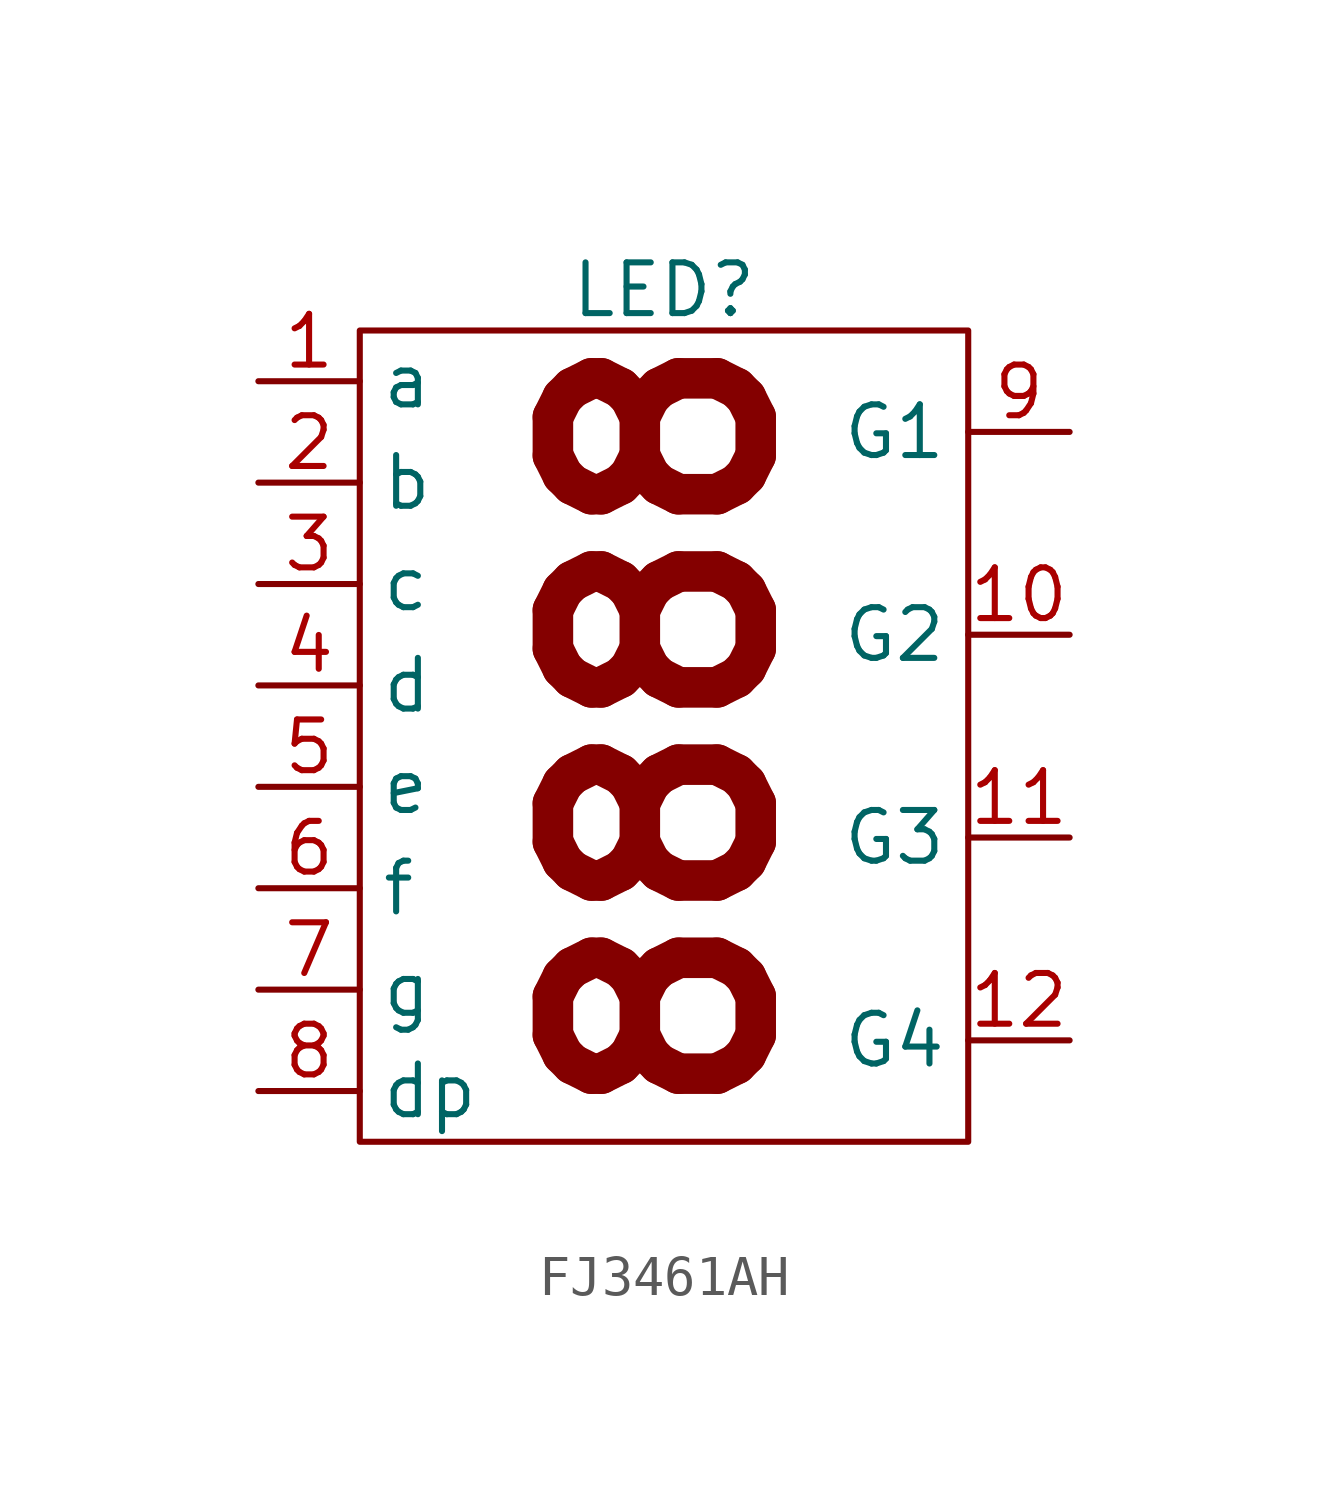
<source format=kicad_sym>
(kicad_symbol_lib
  (version 20241209)
  (generator "kicad_symbol_editor")
  (generator_version "9.0")
  (symbol "FJ3461AH"
    (property "Reference" "LED"
      (at 0 9.906 0)
      (effects (font (size 1.27 1.27))))
    (property "Value" ""
      (at 0 0 0)
      (effects (font (size 1.27 1.27))))
    (symbol "FJ3461AH_0_1"
      (rectangle (start -7.62 8.89) (end 7.62 -11.43) (stroke (width 0) (type default)) (fill (type none))))
    (symbol "FJ3461AH_1_1"
      (text "8888\n" (at 0 -1.016 900) (effects (font (size 5.08 5.08) (thickness 1.016) (bold yes))))
      (pin input line (at -10.16 7.62 0) (length 2.54) (name "a" (effects (font (size 1.27 1.27)))) (number "1" (effects (font (size 1.27 1.27)))))
      (pin input line (at -10.16 5.08 0) (length 2.54) (name "b" (effects (font (size 1.27 1.27)))) (number "2" (effects (font (size 1.27 1.27)))))
      (pin input line (at -10.16 2.54 0) (length 2.54) (name "c" (effects (font (size 1.27 1.27)))) (number "3" (effects (font (size 1.27 1.27)))))
      (pin input line (at -10.16 0 0) (length 2.54) (name "d" (effects (font (size 1.27 1.27)))) (number "4" (effects (font (size 1.27 1.27)))))
      (pin input line (at -10.16 -2.54 0) (length 2.54) (name "e" (effects (font (size 1.27 1.27)))) (number "5" (effects (font (size 1.27 1.27)))))
      (pin input line (at -10.16 -5.08 0) (length 2.54) (name "f" (effects (font (size 1.27 1.27)))) (number "6" (effects (font (size 1.27 1.27)))))
      (pin input line (at -10.16 -7.62 0) (length 2.54) (name "g" (effects (font (size 1.27 1.27)))) (number "7" (effects (font (size 1.27 1.27)))))
      (pin input line (at -10.16 -10.16 0) (length 2.54) (name "dp" (effects (font (size 1.27 1.27)))) (number "8" (effects (font (size 1.27 1.27)))))
      (pin output line (at 10.16 6.35 180) (length 2.54) (name "G1" (effects (font (size 1.27 1.27)))) (number "9" (effects (font (size 1.27 1.27)))))
      (pin output line (at 10.16 1.27 180) (length 2.54) (name "G2" (effects (font (size 1.27 1.27)))) (number "10" (effects (font (size 1.27 1.27)))))
      (pin output line (at 10.16 -3.81 180) (length 2.54) (name "G3" (effects (font (size 1.27 1.27)))) (number "11" (effects (font (size 1.27 1.27)))))
      (pin output line (at 10.16 -8.89 180) (length 2.54) (name "G4" (effects (font (size 1.27 1.27)))) (number "12" (effects (font (size 1.27 1.27))))))))
</source>
